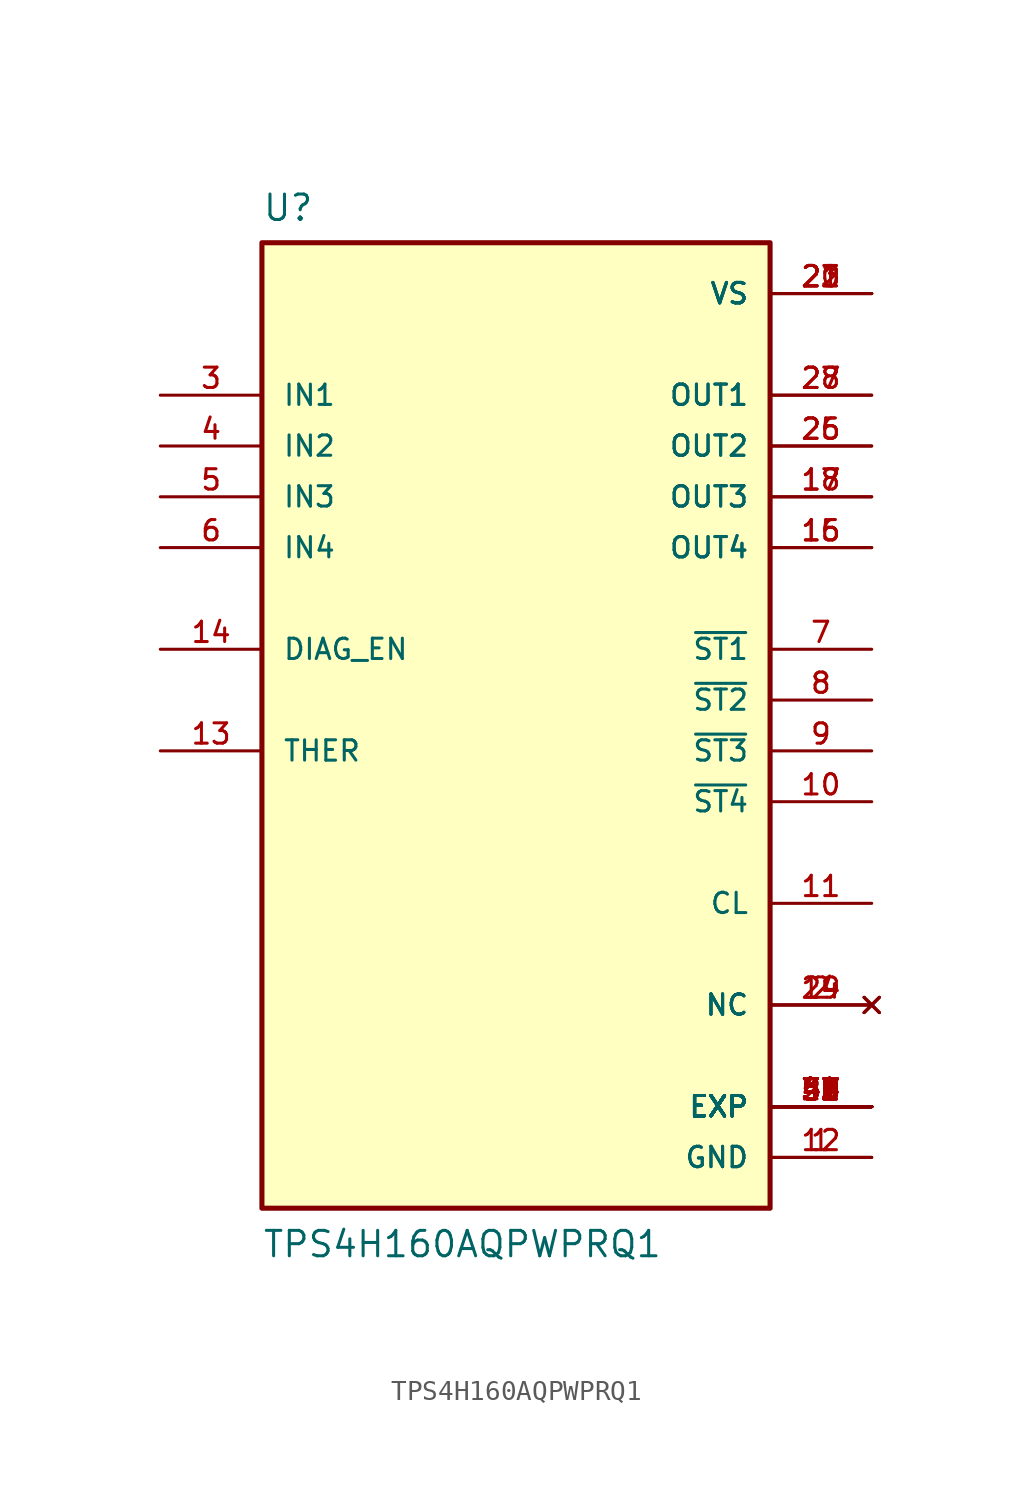
<source format=kicad_sym>
(kicad_symbol_lib
  (version 20211014)
  (generator kicad_symbol_editor)
  (symbol "TPS4H160AQPWPRQ1"
    (pin_names
      (offset 1.016))
    (property "Reference" "U"
      (at -12.7 23.86 0.0)
      (effects (font (size 1.27 1.27)) (justify bottom left)))
    (property "Value" "TPS4H160AQPWPRQ1"
      (at -12.7 -27.94 0.0)
      (effects (font (size 1.27 1.27)) (justify bottom left)))
    (symbol "TPS4H160AQPWPRQ1_0_0"
      (rectangle (start -12.7 -25.4) (end 12.7 22.86) (stroke (width 0.254)) (fill (type background)))
      (pin input line (at -17.78 15.24 0) (length 5.08) (name "IN1" (effects (font (size 1.016 1.016)))) (number "3" (effects (font (size 1.016 1.016)))))
      (pin input line (at -17.78 12.7 0) (length 5.08) (name "IN2" (effects (font (size 1.016 1.016)))) (number "4" (effects (font (size 1.016 1.016)))))
      (pin input line (at -17.78 10.16 0) (length 5.08) (name "IN3" (effects (font (size 1.016 1.016)))) (number "5" (effects (font (size 1.016 1.016)))))
      (pin power_in line (at 17.78 -22.86 180.0) (length 5.08) (name "GND" (effects (font (size 1.016 1.016)))) (number "1" (effects (font (size 1.016 1.016)))))
      (pin power_in line (at 17.78 -22.86 180.0) (length 5.08) (name "GND" (effects (font (size 1.016 1.016)))) (number "12" (effects (font (size 1.016 1.016)))))
      (pin input line (at -17.78 7.62 0) (length 5.08) (name "IN4" (effects (font (size 1.016 1.016)))) (number "6" (effects (font (size 1.016 1.016)))))
      (pin output line (at 17.78 15.24 180.0) (length 5.08) (name "OUT1" (effects (font (size 1.016 1.016)))) (number "27" (effects (font (size 1.016 1.016)))))
      (pin output line (at 17.78 15.24 180.0) (length 5.08) (name "OUT1" (effects (font (size 1.016 1.016)))) (number "28" (effects (font (size 1.016 1.016)))))
      (pin output line (at 17.78 12.7 180.0) (length 5.08) (name "OUT2" (effects (font (size 1.016 1.016)))) (number "25" (effects (font (size 1.016 1.016)))))
      (pin output line (at 17.78 12.7 180.0) (length 5.08) (name "OUT2" (effects (font (size 1.016 1.016)))) (number "26" (effects (font (size 1.016 1.016)))))
      (pin output line (at 17.78 10.16 180.0) (length 5.08) (name "OUT3" (effects (font (size 1.016 1.016)))) (number "17" (effects (font (size 1.016 1.016)))))
      (pin output line (at 17.78 10.16 180.0) (length 5.08) (name "OUT3" (effects (font (size 1.016 1.016)))) (number "18" (effects (font (size 1.016 1.016)))))
      (pin output line (at 17.78 7.62 180.0) (length 5.08) (name "OUT4" (effects (font (size 1.016 1.016)))) (number "15" (effects (font (size 1.016 1.016)))))
      (pin output line (at 17.78 7.62 180.0) (length 5.08) (name "OUT4" (effects (font (size 1.016 1.016)))) (number "16" (effects (font (size 1.016 1.016)))))
      (pin output line (at 17.78 2.54 180.0) (length 5.08) (name "~{ST1}" (effects (font (size 1.016 1.016)))) (number "7" (effects (font (size 1.016 1.016)))))
      (pin output line (at 17.78 0.0 180.0) (length 5.08) (name "~{ST2}" (effects (font (size 1.016 1.016)))) (number "8" (effects (font (size 1.016 1.016)))))
      (pin output line (at 17.78 -2.54 180.0) (length 5.08) (name "~{ST3}" (effects (font (size 1.016 1.016)))) (number "9" (effects (font (size 1.016 1.016)))))
      (pin output line (at 17.78 -5.08 180.0) (length 5.08) (name "~{ST4}" (effects (font (size 1.016 1.016)))) (number "10" (effects (font (size 1.016 1.016)))))
      (pin output line (at 17.78 -10.16 180.0) (length 5.08) (name "CL" (effects (font (size 1.016 1.016)))) (number "11" (effects (font (size 1.016 1.016)))))
      (pin no_connect line (at 17.78 -15.24 180.0) (length 5.08) (name "NC" (effects (font (size 1.016 1.016)))) (number "2" (effects (font (size 1.016 1.016)))))
      (pin no_connect line (at 17.78 -15.24 180.0) (length 5.08) (name "NC" (effects (font (size 1.016 1.016)))) (number "19" (effects (font (size 1.016 1.016)))))
      (pin no_connect line (at 17.78 -15.24 180.0) (length 5.08) (name "NC" (effects (font (size 1.016 1.016)))) (number "24" (effects (font (size 1.016 1.016)))))
      (pin input line (at -17.78 2.54 0) (length 5.08) (name "DIAG_EN" (effects (font (size 1.016 1.016)))) (number "14" (effects (font (size 1.016 1.016)))))
      (pin input line (at -17.78 -2.54 0) (length 5.08) (name "THER" (effects (font (size 1.016 1.016)))) (number "13" (effects (font (size 1.016 1.016)))))
      (pin power_in line (at 17.78 20.32 180.0) (length 5.08) (name "VS" (effects (font (size 1.016 1.016)))) (number "20" (effects (font (size 1.016 1.016)))))
      (pin power_in line (at 17.78 20.32 180.0) (length 5.08) (name "VS" (effects (font (size 1.016 1.016)))) (number "21" (effects (font (size 1.016 1.016)))))
      (pin power_in line (at 17.78 20.32 180.0) (length 5.08) (name "VS" (effects (font (size 1.016 1.016)))) (number "22" (effects (font (size 1.016 1.016)))))
      (pin power_in line (at 17.78 20.32 180.0) (length 5.08) (name "VS" (effects (font (size 1.016 1.016)))) (number "23" (effects (font (size 1.016 1.016)))))
      (pin power_in line (at 17.78 -20.32 180.0) (length 5.08) (name "EXP" (effects (font (size 1.016 1.016)))) (number "29" (effects (font (size 1.016 1.016)))))
      (pin power_in line (at 17.78 -20.32 180.0) (length 5.08) (name "EXP" (effects (font (size 1.016 1.016)))) (number "30" (effects (font (size 1.016 1.016)))))
      (pin power_in line (at 17.78 -20.32 180.0) (length 5.08) (name "EXP" (effects (font (size 1.016 1.016)))) (number "31" (effects (font (size 1.016 1.016)))))
      (pin power_in line (at 17.78 -20.32 180.0) (length 5.08) (name "EXP" (effects (font (size 1.016 1.016)))) (number "32" (effects (font (size 1.016 1.016)))))
      (pin power_in line (at 17.78 -20.32 180.0) (length 5.08) (name "EXP" (effects (font (size 1.016 1.016)))) (number "33" (effects (font (size 1.016 1.016)))))
      (pin power_in line (at 17.78 -20.32 180.0) (length 5.08) (name "EXP" (effects (font (size 1.016 1.016)))) (number "34" (effects (font (size 1.016 1.016)))))
      (pin power_in line (at 17.78 -20.32 180.0) (length 5.08) (name "EXP" (effects (font (size 1.016 1.016)))) (number "35" (effects (font (size 1.016 1.016)))))
      (pin power_in line (at 17.78 -20.32 180.0) (length 5.08) (name "EXP" (effects (font (size 1.016 1.016)))) (number "36" (effects (font (size 1.016 1.016)))))
      (pin power_in line (at 17.78 -20.32 180.0) (length 5.08) (name "EXP" (effects (font (size 1.016 1.016)))) (number "37" (effects (font (size 1.016 1.016)))))
      (pin power_in line (at 17.78 -20.32 180.0) (length 5.08) (name "EXP" (effects (font (size 1.016 1.016)))) (number "38" (effects (font (size 1.016 1.016)))))
      (pin power_in line (at 17.78 -20.32 180.0) (length 5.08) (name "EXP" (effects (font (size 1.016 1.016)))) (number "39" (effects (font (size 1.016 1.016)))))
      (pin power_in line (at 17.78 -20.32 180.0) (length 5.08) (name "EXP" (effects (font (size 1.016 1.016)))) (number "40" (effects (font (size 1.016 1.016)))))
      (pin power_in line (at 17.78 -20.32 180.0) (length 5.08) (name "EXP" (effects (font (size 1.016 1.016)))) (number "41" (effects (font (size 1.016 1.016)))))
      (pin power_in line (at 17.78 -20.32 180.0) (length 5.08) (name "EXP" (effects (font (size 1.016 1.016)))) (number "42" (effects (font (size 1.016 1.016)))))
      (pin power_in line (at 17.78 -20.32 180.0) (length 5.08) (name "EXP" (effects (font (size 1.016 1.016)))) (number "43" (effects (font (size 1.016 1.016)))))
      (pin power_in line (at 17.78 -20.32 180.0) (length 5.08) (name "EXP" (effects (font (size 1.016 1.016)))) (number "44" (effects (font (size 1.016 1.016)))))
      (pin power_in line (at 17.78 -20.32 180.0) (length 5.08) (name "EXP" (effects (font (size 1.016 1.016)))) (number "45" (effects (font (size 1.016 1.016)))))
      (pin power_in line (at 17.78 -20.32 180.0) (length 5.08) (name "EXP" (effects (font (size 1.016 1.016)))) (number "46" (effects (font (size 1.016 1.016)))))
      (pin power_in line (at 17.78 -20.32 180.0) (length 5.08) (name "EXP" (effects (font (size 1.016 1.016)))) (number "47" (effects (font (size 1.016 1.016)))))
      (pin power_in line (at 17.78 -20.32 180.0) (length 5.08) (name "EXP" (effects (font (size 1.016 1.016)))) (number "48" (effects (font (size 1.016 1.016)))))
      (pin power_in line (at 17.78 -20.32 180.0) (length 5.08) (name "EXP" (effects (font (size 1.016 1.016)))) (number "49" (effects (font (size 1.016 1.016)))))
      (pin power_in line (at 17.78 -20.32 180.0) (length 5.08) (name "EXP" (effects (font (size 1.016 1.016)))) (number "50" (effects (font (size 1.016 1.016)))))
      (pin power_in line (at 17.78 -20.32 180.0) (length 5.08) (name "EXP" (effects (font (size 1.016 1.016)))) (number "51" (effects (font (size 1.016 1.016)))))
      (pin power_in line (at 17.78 -20.32 180.0) (length 5.08) (name "EXP" (effects (font (size 1.016 1.016)))) (number "52" (effects (font (size 1.016 1.016)))))
      (pin power_in line (at 17.78 -20.32 180.0) (length 5.08) (name "EXP" (effects (font (size 1.016 1.016)))) (number "53" (effects (font (size 1.016 1.016))))))))
</source>
